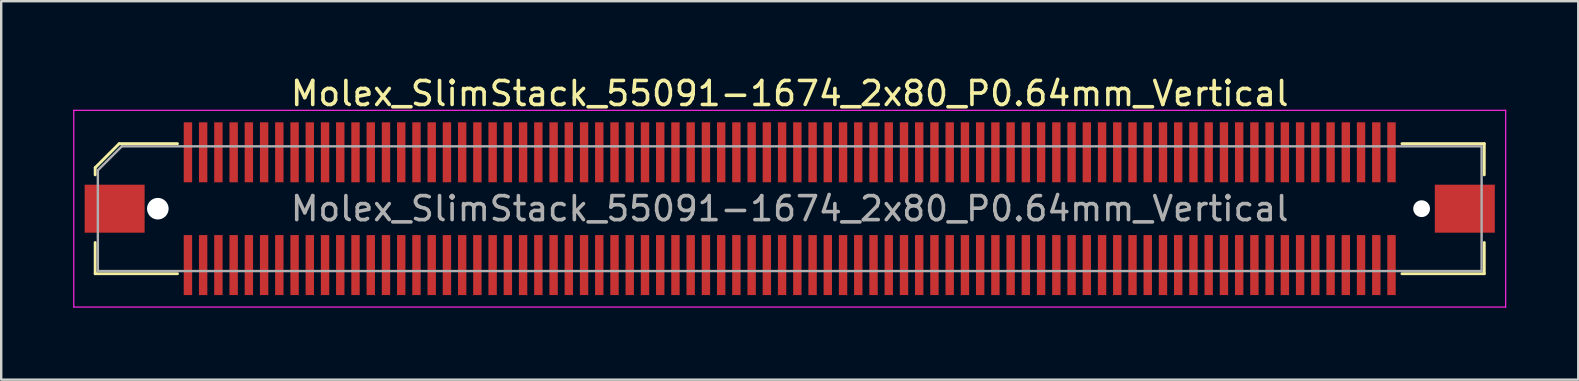
<source format=kicad_pcb>
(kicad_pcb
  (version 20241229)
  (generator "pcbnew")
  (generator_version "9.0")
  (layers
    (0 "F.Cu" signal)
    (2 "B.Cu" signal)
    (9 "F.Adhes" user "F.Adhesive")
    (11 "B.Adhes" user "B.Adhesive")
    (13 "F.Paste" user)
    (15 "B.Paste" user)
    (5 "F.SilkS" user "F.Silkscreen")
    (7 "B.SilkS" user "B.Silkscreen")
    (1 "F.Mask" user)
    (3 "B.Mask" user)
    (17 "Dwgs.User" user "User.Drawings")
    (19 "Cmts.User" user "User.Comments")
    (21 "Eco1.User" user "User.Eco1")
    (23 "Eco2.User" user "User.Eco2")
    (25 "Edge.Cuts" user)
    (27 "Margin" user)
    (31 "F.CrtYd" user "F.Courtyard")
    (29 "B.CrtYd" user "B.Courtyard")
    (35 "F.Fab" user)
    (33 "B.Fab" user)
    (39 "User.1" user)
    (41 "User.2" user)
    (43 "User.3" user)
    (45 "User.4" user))
  (footprint "Molex_SlimStack_55091-1674_2x80_P0.64mm_Vertical"
    (layer "F.Cu")
    (at 29.865 5.648)
    (property "Reference" "Molex_SlimStack_55091-1674_2x80_P0.64mm_Vertical" (at 0 -4.8 0) (layer "F.SilkS") (effects (font (size 1 1) (thickness 0.15))))
    (attr smd)
    (fp_line (start -28.948 -1.71) (end -27.948 -2.71) (stroke (width 0.12) (type solid)) (layer "F.SilkS"))
    (fp_line (start -28.948 -1.41) (end -28.948 -1.71) (stroke (width 0.12) (type solid)) (layer "F.SilkS"))
    (fp_line (start -28.948 2.71) (end -28.948 1.41) (stroke (width 0.12) (type solid)) (layer "F.SilkS"))
    (fp_line (start -27.948 -2.71) (end -25.517 -2.71) (stroke (width 0.12) (type solid)) (layer "F.SilkS"))
    (fp_line (start -25.517 2.71) (end -28.948 2.71) (stroke (width 0.12) (type solid)) (layer "F.SilkS"))
    (fp_line (start 25.517 2.71) (end 28.948 2.71) (stroke (width 0.12) (type solid)) (layer "F.SilkS"))
    (fp_line (start 28.948 -2.71) (end 25.517 -2.71) (stroke (width 0.12) (type solid)) (layer "F.SilkS"))
    (fp_line (start 28.948 -1.41) (end 28.948 -2.71) (stroke (width 0.12) (type solid)) (layer "F.SilkS"))
    (fp_line (start 28.948 2.71) (end 28.948 1.41) (stroke (width 0.12) (type solid)) (layer "F.SilkS"))
    (fp_line (start -29.84 -4.1) (end -29.84 4.1) (stroke (width 0.05) (type solid)) (layer "F.CrtYd"))
    (fp_line (start -29.84 4.1) (end 29.84 4.1) (stroke (width 0.05) (type solid)) (layer "F.CrtYd"))
    (fp_line (start 29.84 -4.1) (end -29.84 -4.1) (stroke (width 0.05) (type solid)) (layer "F.CrtYd"))
    (fp_line (start 29.84 4.1) (end 29.84 -4.1) (stroke (width 0.05) (type solid)) (layer "F.CrtYd"))
    (fp_line (start -28.837 -1.6) (end -27.837 -2.6) (stroke (width 0.1) (type solid)) (layer "F.Fab"))
    (fp_line (start -28.837 2.6) (end -28.837 -1.6) (stroke (width 0.1) (type solid)) (layer "F.Fab"))
    (fp_line (start -27.837 -2.6) (end 28.837 -2.6) (stroke (width 0.1) (type solid)) (layer "F.Fab"))
    (fp_line (start 28.837 -2.6) (end 28.837 2.6) (stroke (width 0.1) (type solid)) (layer "F.Fab"))
    (fp_line (start 28.837 2.6) (end -28.837 2.6) (stroke (width 0.1) (type solid)) (layer "F.Fab"))
    (fp_text user "${REFERENCE}" (at 0 0 0) (layer "F.Fab") (effects (font (size 1 1) (thickness 0.15))))
    (pad "" np_thru_hole circle (at -26.337 0) (size 0.9 0.9) (drill 0.9) (layers "*.Cu" "*.Mask"))
    (pad "" np_thru_hole circle (at 26.337 0) (size 0.7 0.7) (drill 0.7) (layers "*.Cu" "*.Mask"))
    (pad "1" smd rect (at -25.082 -2.35) (size 0.35 2.5) (layers "F.Cu" "F.Mask" "F.Paste"))
    (pad "2" smd rect (at -25.082 2.35) (size 0.35 2.5) (layers "F.Cu" "F.Mask" "F.Paste"))
    (pad "3" smd rect (at -24.448 -2.35) (size 0.35 2.5) (layers "F.Cu" "F.Mask" "F.Paste"))
    (pad "4" smd rect (at -24.448 2.35) (size 0.35 2.5) (layers "F.Cu" "F.Mask" "F.Paste"))
    (pad "5" smd rect (at -23.812 -2.35) (size 0.35 2.5) (layers "F.Cu" "F.Mask" "F.Paste"))
    (pad "6" smd rect (at -23.812 2.35) (size 0.35 2.5) (layers "F.Cu" "F.Mask" "F.Paste"))
    (pad "7" smd rect (at -23.177 -2.35) (size 0.35 2.5) (layers "F.Cu" "F.Mask" "F.Paste"))
    (pad "8" smd rect (at -23.177 2.35) (size 0.35 2.5) (layers "F.Cu" "F.Mask" "F.Paste"))
    (pad "9" smd rect (at -22.543 -2.35) (size 0.35 2.5) (layers "F.Cu" "F.Mask" "F.Paste"))
    (pad "10" smd rect (at -22.543 2.35) (size 0.35 2.5) (layers "F.Cu" "F.Mask" "F.Paste"))
    (pad "11" smd rect (at -21.907 -2.35) (size 0.35 2.5) (layers "F.Cu" "F.Mask" "F.Paste"))
    (pad "12" smd rect (at -21.907 2.35) (size 0.35 2.5) (layers "F.Cu" "F.Mask" "F.Paste"))
    (pad "13" smd rect (at -21.273 -2.35) (size 0.35 2.5) (layers "F.Cu" "F.Mask" "F.Paste"))
    (pad "14" smd rect (at -21.273 2.35) (size 0.35 2.5) (layers "F.Cu" "F.Mask" "F.Paste"))
    (pad "15" smd rect (at -20.637 -2.35) (size 0.35 2.5) (layers "F.Cu" "F.Mask" "F.Paste"))
    (pad "16" smd rect (at -20.637 2.35) (size 0.35 2.5) (layers "F.Cu" "F.Mask" "F.Paste"))
    (pad "17" smd rect (at -20.003 -2.35) (size 0.35 2.5) (layers "F.Cu" "F.Mask" "F.Paste"))
    (pad "18" smd rect (at -20.003 2.35) (size 0.35 2.5) (layers "F.Cu" "F.Mask" "F.Paste"))
    (pad "19" smd rect (at -19.367 -2.35) (size 0.35 2.5) (layers "F.Cu" "F.Mask" "F.Paste"))
    (pad "20" smd rect (at -19.367 2.35) (size 0.35 2.5) (layers "F.Cu" "F.Mask" "F.Paste"))
    (pad "21" smd rect (at -18.733 -2.35) (size 0.35 2.5) (layers "F.Cu" "F.Mask" "F.Paste"))
    (pad "22" smd rect (at -18.733 2.35) (size 0.35 2.5) (layers "F.Cu" "F.Mask" "F.Paste"))
    (pad "23" smd rect (at -18.098 -2.35) (size 0.35 2.5) (layers "F.Cu" "F.Mask" "F.Paste"))
    (pad "24" smd rect (at -18.098 2.35) (size 0.35 2.5) (layers "F.Cu" "F.Mask" "F.Paste"))
    (pad "25" smd rect (at -17.462 -2.35) (size 0.35 2.5) (layers "F.Cu" "F.Mask" "F.Paste"))
    (pad "26" smd rect (at -17.462 2.35) (size 0.35 2.5) (layers "F.Cu" "F.Mask" "F.Paste"))
    (pad "27" smd rect (at -16.828 -2.35) (size 0.35 2.5) (layers "F.Cu" "F.Mask" "F.Paste"))
    (pad "28" smd rect (at -16.828 2.35) (size 0.35 2.5) (layers "F.Cu" "F.Mask" "F.Paste"))
    (pad "29" smd rect (at -16.192 -2.35) (size 0.35 2.5) (layers "F.Cu" "F.Mask" "F.Paste"))
    (pad "30" smd rect (at -16.192 2.35) (size 0.35 2.5) (layers "F.Cu" "F.Mask" "F.Paste"))
    (pad "31" smd rect (at -15.557 -2.35) (size 0.35 2.5) (layers "F.Cu" "F.Mask" "F.Paste"))
    (pad "32" smd rect (at -15.557 2.35) (size 0.35 2.5) (layers "F.Cu" "F.Mask" "F.Paste"))
    (pad "33" smd rect (at -14.922 -2.35) (size 0.35 2.5) (layers "F.Cu" "F.Mask" "F.Paste"))
    (pad "34" smd rect (at -14.922 2.35) (size 0.35 2.5) (layers "F.Cu" "F.Mask" "F.Paste"))
    (pad "35" smd rect (at -14.287 -2.35) (size 0.35 2.5) (layers "F.Cu" "F.Mask" "F.Paste"))
    (pad "36" smd rect (at -14.287 2.35) (size 0.35 2.5) (layers "F.Cu" "F.Mask" "F.Paste"))
    (pad "37" smd rect (at -13.652 -2.35) (size 0.35 2.5) (layers "F.Cu" "F.Mask" "F.Paste"))
    (pad "38" smd rect (at -13.652 2.35) (size 0.35 2.5) (layers "F.Cu" "F.Mask" "F.Paste"))
    (pad "39" smd rect (at -13.018 -2.35) (size 0.35 2.5) (layers "F.Cu" "F.Mask" "F.Paste"))
    (pad "40" smd rect (at -13.018 2.35) (size 0.35 2.5) (layers "F.Cu" "F.Mask" "F.Paste"))
    (pad "41" smd rect (at -12.383 -2.35) (size 0.35 2.5) (layers "F.Cu" "F.Mask" "F.Paste"))
    (pad "42" smd rect (at -12.383 2.35) (size 0.35 2.5) (layers "F.Cu" "F.Mask" "F.Paste"))
    (pad "43" smd rect (at -11.748 -2.35) (size 0.35 2.5) (layers "F.Cu" "F.Mask" "F.Paste"))
    (pad "44" smd rect (at -11.748 2.35) (size 0.35 2.5) (layers "F.Cu" "F.Mask" "F.Paste"))
    (pad "45" smd rect (at -11.113 -2.35) (size 0.35 2.5) (layers "F.Cu" "F.Mask" "F.Paste"))
    (pad "46" smd rect (at -11.113 2.35) (size 0.35 2.5) (layers "F.Cu" "F.Mask" "F.Paste"))
    (pad "47" smd rect (at -10.477 -2.35) (size 0.35 2.5) (layers "F.Cu" "F.Mask" "F.Paste"))
    (pad "48" smd rect (at -10.477 2.35) (size 0.35 2.5) (layers "F.Cu" "F.Mask" "F.Paste"))
    (pad "49" smd rect (at -9.842 -2.35) (size 0.35 2.5) (layers "F.Cu" "F.Mask" "F.Paste"))
    (pad "50" smd rect (at -9.842 2.35) (size 0.35 2.5) (layers "F.Cu" "F.Mask" "F.Paste"))
    (pad "51" smd rect (at -9.207 -2.35) (size 0.35 2.5) (layers "F.Cu" "F.Mask" "F.Paste"))
    (pad "52" smd rect (at -9.207 2.35) (size 0.35 2.5) (layers "F.Cu" "F.Mask" "F.Paste"))
    (pad "53" smd rect (at -8.572 -2.35) (size 0.35 2.5) (layers "F.Cu" "F.Mask" "F.Paste"))
    (pad "54" smd rect (at -8.572 2.35) (size 0.35 2.5) (layers "F.Cu" "F.Mask" "F.Paste"))
    (pad "55" smd rect (at -7.938 -2.35) (size 0.35 2.5) (layers "F.Cu" "F.Mask" "F.Paste"))
    (pad "56" smd rect (at -7.938 2.35) (size 0.35 2.5) (layers "F.Cu" "F.Mask" "F.Paste"))
    (pad "57" smd rect (at -7.303 -2.35) (size 0.35 2.5) (layers "F.Cu" "F.Mask" "F.Paste"))
    (pad "58" smd rect (at -7.303 2.35) (size 0.35 2.5) (layers "F.Cu" "F.Mask" "F.Paste"))
    (pad "59" smd rect (at -6.668 -2.35) (size 0.35 2.5) (layers "F.Cu" "F.Mask" "F.Paste"))
    (pad "60" smd rect (at -6.668 2.35) (size 0.35 2.5) (layers "F.Cu" "F.Mask" "F.Paste"))
    (pad "61" smd rect (at -6.032 -2.35) (size 0.35 2.5) (layers "F.Cu" "F.Mask" "F.Paste"))
    (pad "62" smd rect (at -6.032 2.35) (size 0.35 2.5) (layers "F.Cu" "F.Mask" "F.Paste"))
    (pad "63" smd rect (at -5.397 -2.35) (size 0.35 2.5) (layers "F.Cu" "F.Mask" "F.Paste"))
    (pad "64" smd rect (at -5.397 2.35) (size 0.35 2.5) (layers "F.Cu" "F.Mask" "F.Paste"))
    (pad "65" smd rect (at -4.763 -2.35) (size 0.35 2.5) (layers "F.Cu" "F.Mask" "F.Paste"))
    (pad "66" smd rect (at -4.763 2.35) (size 0.35 2.5) (layers "F.Cu" "F.Mask" "F.Paste"))
    (pad "67" smd rect (at -4.128 -2.35) (size 0.35 2.5) (layers "F.Cu" "F.Mask" "F.Paste"))
    (pad "68" smd rect (at -4.128 2.35) (size 0.35 2.5) (layers "F.Cu" "F.Mask" "F.Paste"))
    (pad "69" smd rect (at -3.493 -2.35) (size 0.35 2.5) (layers "F.Cu" "F.Mask" "F.Paste"))
    (pad "70" smd rect (at -3.493 2.35) (size 0.35 2.5) (layers "F.Cu" "F.Mask" "F.Paste"))
    (pad "71" smd rect (at -2.857 -2.35) (size 0.35 2.5) (layers "F.Cu" "F.Mask" "F.Paste"))
    (pad "72" smd rect (at -2.857 2.35) (size 0.35 2.5) (layers "F.Cu" "F.Mask" "F.Paste"))
    (pad "73" smd rect (at -2.223 -2.35) (size 0.35 2.5) (layers "F.Cu" "F.Mask" "F.Paste"))
    (pad "74" smd rect (at -2.223 2.35) (size 0.35 2.5) (layers "F.Cu" "F.Mask" "F.Paste"))
    (pad "75" smd rect (at -1.587 -2.35) (size 0.35 2.5) (layers "F.Cu" "F.Mask" "F.Paste"))
    (pad "76" smd rect (at -1.587 2.35) (size 0.35 2.5) (layers "F.Cu" "F.Mask" "F.Paste"))
    (pad "77" smd rect (at -0.953 -2.35) (size 0.35 2.5) (layers "F.Cu" "F.Mask" "F.Paste"))
    (pad "78" smd rect (at -0.953 2.35) (size 0.35 2.5) (layers "F.Cu" "F.Mask" "F.Paste"))
    (pad "79" smd rect (at -0.318 -2.35) (size 0.35 2.5) (layers "F.Cu" "F.Mask" "F.Paste"))
    (pad "80" smd rect (at -0.318 2.35) (size 0.35 2.5) (layers "F.Cu" "F.Mask" "F.Paste"))
    (pad "81" smd rect (at 0.318 -2.35) (size 0.35 2.5) (layers "F.Cu" "F.Mask" "F.Paste"))
    (pad "82" smd rect (at 0.318 2.35) (size 0.35 2.5) (layers "F.Cu" "F.Mask" "F.Paste"))
    (pad "83" smd rect (at 0.953 -2.35) (size 0.35 2.5) (layers "F.Cu" "F.Mask" "F.Paste"))
    (pad "84" smd rect (at 0.953 2.35) (size 0.35 2.5) (layers "F.Cu" "F.Mask" "F.Paste"))
    (pad "85" smd rect (at 1.587 -2.35) (size 0.35 2.5) (layers "F.Cu" "F.Mask" "F.Paste"))
    (pad "86" smd rect (at 1.587 2.35) (size 0.35 2.5) (layers "F.Cu" "F.Mask" "F.Paste"))
    (pad "87" smd rect (at 2.223 -2.35) (size 0.35 2.5) (layers "F.Cu" "F.Mask" "F.Paste"))
    (pad "88" smd rect (at 2.223 2.35) (size 0.35 2.5) (layers "F.Cu" "F.Mask" "F.Paste"))
    (pad "89" smd rect (at 2.857 -2.35) (size 0.35 2.5) (layers "F.Cu" "F.Mask" "F.Paste"))
    (pad "90" smd rect (at 2.857 2.35) (size 0.35 2.5) (layers "F.Cu" "F.Mask" "F.Paste"))
    (pad "91" smd rect (at 3.493 -2.35) (size 0.35 2.5) (layers "F.Cu" "F.Mask" "F.Paste"))
    (pad "92" smd rect (at 3.493 2.35) (size 0.35 2.5) (layers "F.Cu" "F.Mask" "F.Paste"))
    (pad "93" smd rect (at 4.128 -2.35) (size 0.35 2.5) (layers "F.Cu" "F.Mask" "F.Paste"))
    (pad "94" smd rect (at 4.128 2.35) (size 0.35 2.5) (layers "F.Cu" "F.Mask" "F.Paste"))
    (pad "95" smd rect (at 4.763 -2.35) (size 0.35 2.5) (layers "F.Cu" "F.Mask" "F.Paste"))
    (pad "96" smd rect (at 4.763 2.35) (size 0.35 2.5) (layers "F.Cu" "F.Mask" "F.Paste"))
    (pad "97" smd rect (at 5.397 -2.35) (size 0.35 2.5) (layers "F.Cu" "F.Mask" "F.Paste"))
    (pad "98" smd rect (at 5.397 2.35) (size 0.35 2.5) (layers "F.Cu" "F.Mask" "F.Paste"))
    (pad "99" smd rect (at 6.032 -2.35) (size 0.35 2.5) (layers "F.Cu" "F.Mask" "F.Paste"))
    (pad "100" smd rect (at 6.032 2.35) (size 0.35 2.5) (layers "F.Cu" "F.Mask" "F.Paste"))
    (pad "101" smd rect (at 6.668 -2.35) (size 0.35 2.5) (layers "F.Cu" "F.Mask" "F.Paste"))
    (pad "102" smd rect (at 6.668 2.35) (size 0.35 2.5) (layers "F.Cu" "F.Mask" "F.Paste"))
    (pad "103" smd rect (at 7.303 -2.35) (size 0.35 2.5) (layers "F.Cu" "F.Mask" "F.Paste"))
    (pad "104" smd rect (at 7.303 2.35) (size 0.35 2.5) (layers "F.Cu" "F.Mask" "F.Paste"))
    (pad "105" smd rect (at 7.938 -2.35) (size 0.35 2.5) (layers "F.Cu" "F.Mask" "F.Paste"))
    (pad "106" smd rect (at 7.938 2.35) (size 0.35 2.5) (layers "F.Cu" "F.Mask" "F.Paste"))
    (pad "107" smd rect (at 8.572 -2.35) (size 0.35 2.5) (layers "F.Cu" "F.Mask" "F.Paste"))
    (pad "108" smd rect (at 8.572 2.35) (size 0.35 2.5) (layers "F.Cu" "F.Mask" "F.Paste"))
    (pad "109" smd rect (at 9.207 -2.35) (size 0.35 2.5) (layers "F.Cu" "F.Mask" "F.Paste"))
    (pad "110" smd rect (at 9.207 2.35) (size 0.35 2.5) (layers "F.Cu" "F.Mask" "F.Paste"))
    (pad "111" smd rect (at 9.842 -2.35) (size 0.35 2.5) (layers "F.Cu" "F.Mask" "F.Paste"))
    (pad "112" smd rect (at 9.842 2.35) (size 0.35 2.5) (layers "F.Cu" "F.Mask" "F.Paste"))
    (pad "113" smd rect (at 10.477 -2.35) (size 0.35 2.5) (layers "F.Cu" "F.Mask" "F.Paste"))
    (pad "114" smd rect (at 10.477 2.35) (size 0.35 2.5) (layers "F.Cu" "F.Mask" "F.Paste"))
    (pad "115" smd rect (at 11.113 -2.35) (size 0.35 2.5) (layers "F.Cu" "F.Mask" "F.Paste"))
    (pad "116" smd rect (at 11.113 2.35) (size 0.35 2.5) (layers "F.Cu" "F.Mask" "F.Paste"))
    (pad "117" smd rect (at 11.748 -2.35) (size 0.35 2.5) (layers "F.Cu" "F.Mask" "F.Paste"))
    (pad "118" smd rect (at 11.748 2.35) (size 0.35 2.5) (layers "F.Cu" "F.Mask" "F.Paste"))
    (pad "119" smd rect (at 12.383 -2.35) (size 0.35 2.5) (layers "F.Cu" "F.Mask" "F.Paste"))
    (pad "120" smd rect (at 12.383 2.35) (size 0.35 2.5) (layers "F.Cu" "F.Mask" "F.Paste"))
    (pad "121" smd rect (at 13.018 -2.35) (size 0.35 2.5) (layers "F.Cu" "F.Mask" "F.Paste"))
    (pad "122" smd rect (at 13.018 2.35) (size 0.35 2.5) (layers "F.Cu" "F.Mask" "F.Paste"))
    (pad "123" smd rect (at 13.652 -2.35) (size 0.35 2.5) (layers "F.Cu" "F.Mask" "F.Paste"))
    (pad "124" smd rect (at 13.652 2.35) (size 0.35 2.5) (layers "F.Cu" "F.Mask" "F.Paste"))
    (pad "125" smd rect (at 14.287 -2.35) (size 0.35 2.5) (layers "F.Cu" "F.Mask" "F.Paste"))
    (pad "126" smd rect (at 14.287 2.35) (size 0.35 2.5) (layers "F.Cu" "F.Mask" "F.Paste"))
    (pad "127" smd rect (at 14.922 -2.35) (size 0.35 2.5) (layers "F.Cu" "F.Mask" "F.Paste"))
    (pad "128" smd rect (at 14.922 2.35) (size 0.35 2.5) (layers "F.Cu" "F.Mask" "F.Paste"))
    (pad "129" smd rect (at 15.557 -2.35) (size 0.35 2.5) (layers "F.Cu" "F.Mask" "F.Paste"))
    (pad "130" smd rect (at 15.557 2.35) (size 0.35 2.5) (layers "F.Cu" "F.Mask" "F.Paste"))
    (pad "131" smd rect (at 16.192 -2.35) (size 0.35 2.5) (layers "F.Cu" "F.Mask" "F.Paste"))
    (pad "132" smd rect (at 16.192 2.35) (size 0.35 2.5) (layers "F.Cu" "F.Mask" "F.Paste"))
    (pad "133" smd rect (at 16.828 -2.35) (size 0.35 2.5) (layers "F.Cu" "F.Mask" "F.Paste"))
    (pad "134" smd rect (at 16.828 2.35) (size 0.35 2.5) (layers "F.Cu" "F.Mask" "F.Paste"))
    (pad "135" smd rect (at 17.462 -2.35) (size 0.35 2.5) (layers "F.Cu" "F.Mask" "F.Paste"))
    (pad "136" smd rect (at 17.462 2.35) (size 0.35 2.5) (layers "F.Cu" "F.Mask" "F.Paste"))
    (pad "137" smd rect (at 18.098 -2.35) (size 0.35 2.5) (layers "F.Cu" "F.Mask" "F.Paste"))
    (pad "138" smd rect (at 18.098 2.35) (size 0.35 2.5) (layers "F.Cu" "F.Mask" "F.Paste"))
    (pad "139" smd rect (at 18.733 -2.35) (size 0.35 2.5) (layers "F.Cu" "F.Mask" "F.Paste"))
    (pad "140" smd rect (at 18.733 2.35) (size 0.35 2.5) (layers "F.Cu" "F.Mask" "F.Paste"))
    (pad "141" smd rect (at 19.367 -2.35) (size 0.35 2.5) (layers "F.Cu" "F.Mask" "F.Paste"))
    (pad "142" smd rect (at 19.367 2.35) (size 0.35 2.5) (layers "F.Cu" "F.Mask" "F.Paste"))
    (pad "143" smd rect (at 20.003 -2.35) (size 0.35 2.5) (layers "F.Cu" "F.Mask" "F.Paste"))
    (pad "144" smd rect (at 20.003 2.35) (size 0.35 2.5) (layers "F.Cu" "F.Mask" "F.Paste"))
    (pad "145" smd rect (at 20.637 -2.35) (size 0.35 2.5) (layers "F.Cu" "F.Mask" "F.Paste"))
    (pad "146" smd rect (at 20.637 2.35) (size 0.35 2.5) (layers "F.Cu" "F.Mask" "F.Paste"))
    (pad "147" smd rect (at 21.273 -2.35) (size 0.35 2.5) (layers "F.Cu" "F.Mask" "F.Paste"))
    (pad "148" smd rect (at 21.273 2.35) (size 0.35 2.5) (layers "F.Cu" "F.Mask" "F.Paste"))
    (pad "149" smd rect (at 21.907 -2.35) (size 0.35 2.5) (layers "F.Cu" "F.Mask" "F.Paste"))
    (pad "150" smd rect (at 21.907 2.35) (size 0.35 2.5) (layers "F.Cu" "F.Mask" "F.Paste"))
    (pad "151" smd rect (at 22.543 -2.35) (size 0.35 2.5) (layers "F.Cu" "F.Mask" "F.Paste"))
    (pad "152" smd rect (at 22.543 2.35) (size 0.35 2.5) (layers "F.Cu" "F.Mask" "F.Paste"))
    (pad "153" smd rect (at 23.177 -2.35) (size 0.35 2.5) (layers "F.Cu" "F.Mask" "F.Paste"))
    (pad "154" smd rect (at 23.177 2.35) (size 0.35 2.5) (layers "F.Cu" "F.Mask" "F.Paste"))
    (pad "155" smd rect (at 23.812 -2.35) (size 0.35 2.5) (layers "F.Cu" "F.Mask" "F.Paste"))
    (pad "156" smd rect (at 23.812 2.35) (size 0.35 2.5) (layers "F.Cu" "F.Mask" "F.Paste"))
    (pad "157" smd rect (at 24.448 -2.35) (size 0.35 2.5) (layers "F.Cu" "F.Mask" "F.Paste"))
    (pad "158" smd rect (at 24.448 2.35) (size 0.35 2.5) (layers "F.Cu" "F.Mask" "F.Paste"))
    (pad "159" smd rect (at 25.082 -2.35) (size 0.35 2.5) (layers "F.Cu" "F.Mask" "F.Paste"))
    (pad "160" smd rect (at 25.082 2.35) (size 0.35 2.5) (layers "F.Cu" "F.Mask" "F.Paste"))
    (pad "MP" smd rect (at -28.137 0) (size 2.5 2) (layers "F.Cu" "F.Mask" "F.Paste"))
    (pad "MP" smd rect (at 28.137 0) (size 2.5 2) (layers "F.Cu" "F.Mask" "F.Paste")))
  (gr_rect
    (start -3 -3)
    (end 62.73 12.773)
    (stroke (width 0.1) (type default))
    (fill no)
    (layer "Edge.Cuts")))
</source>
